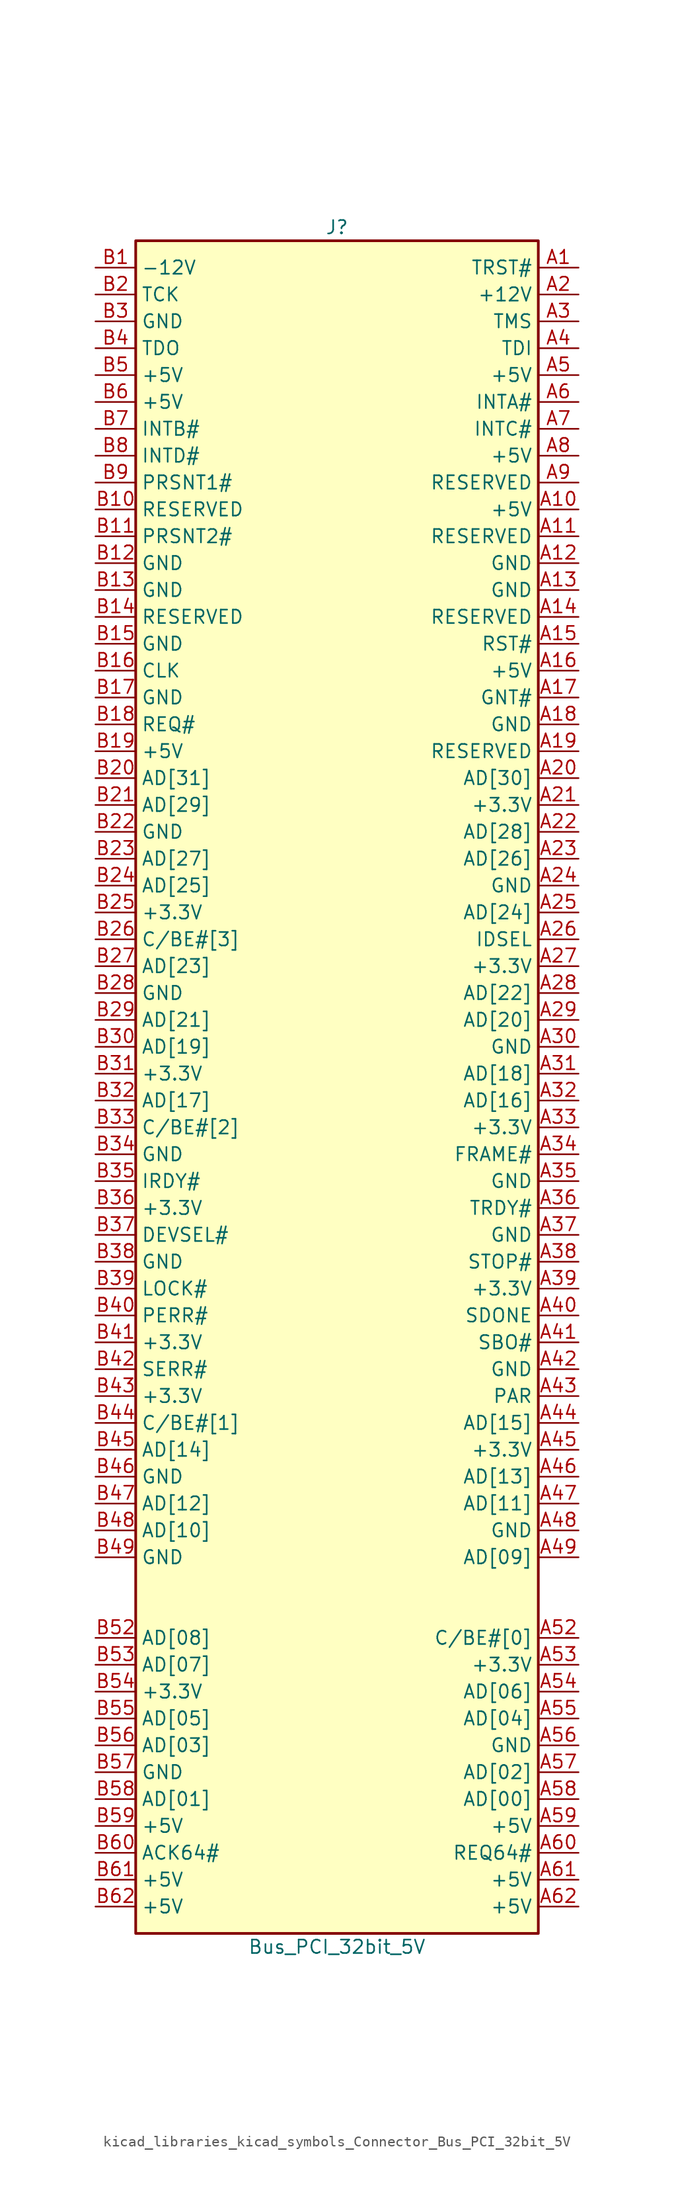
<source format=kicad_sym>
(kicad_symbol_lib
  (version 20220914)
  (generator kicad_symbol_editor)
  (symbol "kicad_libraries_kicad_symbols_Connector_Bus_PCI_32bit_5V"
    (property "Reference" "J"
      (at 0 80.01 0)
      (effects (font (size 1.27 1.27))))
    (property "Value" "Bus_PCI_32bit_5V"
      (at 0 -82.55 0)
      (effects (font (size 1.27 1.27))))
    (symbol "kicad_libraries_kicad_symbols_Connector_Bus_PCI_32bit_5V_0_1"
      (rectangle (start -19.05 -81.28) (end 19.05 78.74) (stroke (width 0.254) (type default)) (fill (type background))))
    (symbol "kicad_libraries_kicad_symbols_Connector_Bus_PCI_32bit_5V_1_1"
      (pin output line (at 22.86 76.2 180) (length 3.81) (name "TRST#" (effects (font (size 1.27 1.27)))) (number "A1" (effects (font (size 1.27 1.27)))))
      (pin power_in line (at 22.86 53.34 180) (length 3.81) (name "+5V" (effects (font (size 1.27 1.27)))) (number "A10" (effects (font (size 1.27 1.27)))))
      (pin passive line (at 22.86 50.8 180) (length 3.81) (name "RESERVED" (effects (font (size 1.27 1.27)))) (number "A11" (effects (font (size 1.27 1.27)))))
      (pin power_in line (at 22.86 48.26 180) (length 3.81) (name "GND" (effects (font (size 1.27 1.27)))) (number "A12" (effects (font (size 1.27 1.27)))))
      (pin power_in line (at 22.86 45.72 180) (length 3.81) (name "GND" (effects (font (size 1.27 1.27)))) (number "A13" (effects (font (size 1.27 1.27)))))
      (pin passive line (at 22.86 43.18 180) (length 3.81) (name "RESERVED" (effects (font (size 1.27 1.27)))) (number "A14" (effects (font (size 1.27 1.27)))))
      (pin output line (at 22.86 40.64 180) (length 3.81) (name "RST#" (effects (font (size 1.27 1.27)))) (number "A15" (effects (font (size 1.27 1.27)))))
      (pin power_in line (at 22.86 38.1 180) (length 3.81) (name "+5V" (effects (font (size 1.27 1.27)))) (number "A16" (effects (font (size 1.27 1.27)))))
      (pin bidirectional line (at 22.86 35.56 180) (length 3.81) (name "GNT#" (effects (font (size 1.27 1.27)))) (number "A17" (effects (font (size 1.27 1.27)))))
      (pin power_in line (at 22.86 33.02 180) (length 3.81) (name "GND" (effects (font (size 1.27 1.27)))) (number "A18" (effects (font (size 1.27 1.27)))))
      (pin passive line (at 22.86 30.48 180) (length 3.81) (name "RESERVED" (effects (font (size 1.27 1.27)))) (number "A19" (effects (font (size 1.27 1.27)))))
      (pin power_in line (at 22.86 73.66 180) (length 3.81) (name "+12V" (effects (font (size 1.27 1.27)))) (number "A2" (effects (font (size 1.27 1.27)))))
      (pin bidirectional line (at 22.86 27.94 180) (length 3.81) (name "AD[30]" (effects (font (size 1.27 1.27)))) (number "A20" (effects (font (size 1.27 1.27)))))
      (pin power_in line (at 22.86 25.4 180) (length 3.81) (name "+3.3V" (effects (font (size 1.27 1.27)))) (number "A21" (effects (font (size 1.27 1.27)))))
      (pin bidirectional line (at 22.86 22.86 180) (length 3.81) (name "AD[28]" (effects (font (size 1.27 1.27)))) (number "A22" (effects (font (size 1.27 1.27)))))
      (pin bidirectional line (at 22.86 20.32 180) (length 3.81) (name "AD[26]" (effects (font (size 1.27 1.27)))) (number "A23" (effects (font (size 1.27 1.27)))))
      (pin power_in line (at 22.86 17.78 180) (length 3.81) (name "GND" (effects (font (size 1.27 1.27)))) (number "A24" (effects (font (size 1.27 1.27)))))
      (pin bidirectional line (at 22.86 15.24 180) (length 3.81) (name "AD[24]" (effects (font (size 1.27 1.27)))) (number "A25" (effects (font (size 1.27 1.27)))))
      (pin output line (at 22.86 12.7 180) (length 3.81) (name "IDSEL" (effects (font (size 1.27 1.27)))) (number "A26" (effects (font (size 1.27 1.27)))))
      (pin power_in line (at 22.86 10.16 180) (length 3.81) (name "+3.3V" (effects (font (size 1.27 1.27)))) (number "A27" (effects (font (size 1.27 1.27)))))
      (pin bidirectional line (at 22.86 7.62 180) (length 3.81) (name "AD[22]" (effects (font (size 1.27 1.27)))) (number "A28" (effects (font (size 1.27 1.27)))))
      (pin bidirectional line (at 22.86 5.08 180) (length 3.81) (name "AD[20]" (effects (font (size 1.27 1.27)))) (number "A29" (effects (font (size 1.27 1.27)))))
      (pin output line (at 22.86 71.12 180) (length 3.81) (name "TMS" (effects (font (size 1.27 1.27)))) (number "A3" (effects (font (size 1.27 1.27)))))
      (pin power_in line (at 22.86 2.54 180) (length 3.81) (name "GND" (effects (font (size 1.27 1.27)))) (number "A30" (effects (font (size 1.27 1.27)))))
      (pin bidirectional line (at 22.86 0 180) (length 3.81) (name "AD[18]" (effects (font (size 1.27 1.27)))) (number "A31" (effects (font (size 1.27 1.27)))))
      (pin bidirectional line (at 22.86 -2.54 180) (length 3.81) (name "AD[16]" (effects (font (size 1.27 1.27)))) (number "A32" (effects (font (size 1.27 1.27)))))
      (pin power_in line (at 22.86 -5.08 180) (length 3.81) (name "+3.3V" (effects (font (size 1.27 1.27)))) (number "A33" (effects (font (size 1.27 1.27)))))
      (pin bidirectional line (at 22.86 -7.62 180) (length 3.81) (name "FRAME#" (effects (font (size 1.27 1.27)))) (number "A34" (effects (font (size 1.27 1.27)))))
      (pin power_in line (at 22.86 -10.16 180) (length 3.81) (name "GND" (effects (font (size 1.27 1.27)))) (number "A35" (effects (font (size 1.27 1.27)))))
      (pin bidirectional line (at 22.86 -12.7 180) (length 3.81) (name "TRDY#" (effects (font (size 1.27 1.27)))) (number "A36" (effects (font (size 1.27 1.27)))))
      (pin power_in line (at 22.86 -15.24 180) (length 3.81) (name "GND" (effects (font (size 1.27 1.27)))) (number "A37" (effects (font (size 1.27 1.27)))))
      (pin bidirectional line (at 22.86 -17.78 180) (length 3.81) (name "STOP#" (effects (font (size 1.27 1.27)))) (number "A38" (effects (font (size 1.27 1.27)))))
      (pin power_in line (at 22.86 -20.32 180) (length 3.81) (name "+3.3V" (effects (font (size 1.27 1.27)))) (number "A39" (effects (font (size 1.27 1.27)))))
      (pin output line (at 22.86 68.58 180) (length 3.81) (name "TDI" (effects (font (size 1.27 1.27)))) (number "A4" (effects (font (size 1.27 1.27)))))
      (pin bidirectional line (at 22.86 -22.86 180) (length 3.81) (name "SDONE" (effects (font (size 1.27 1.27)))) (number "A40" (effects (font (size 1.27 1.27)))))
      (pin bidirectional line (at 22.86 -25.4 180) (length 3.81) (name "SBO#" (effects (font (size 1.27 1.27)))) (number "A41" (effects (font (size 1.27 1.27)))))
      (pin power_in line (at 22.86 -27.94 180) (length 3.81) (name "GND" (effects (font (size 1.27 1.27)))) (number "A42" (effects (font (size 1.27 1.27)))))
      (pin bidirectional line (at 22.86 -30.48 180) (length 3.81) (name "PAR" (effects (font (size 1.27 1.27)))) (number "A43" (effects (font (size 1.27 1.27)))))
      (pin bidirectional line (at 22.86 -33.02 180) (length 3.81) (name "AD[15]" (effects (font (size 1.27 1.27)))) (number "A44" (effects (font (size 1.27 1.27)))))
      (pin power_in line (at 22.86 -35.56 180) (length 3.81) (name "+3.3V" (effects (font (size 1.27 1.27)))) (number "A45" (effects (font (size 1.27 1.27)))))
      (pin bidirectional line (at 22.86 -38.1 180) (length 3.81) (name "AD[13]" (effects (font (size 1.27 1.27)))) (number "A46" (effects (font (size 1.27 1.27)))))
      (pin bidirectional line (at 22.86 -40.64 180) (length 3.81) (name "AD[11]" (effects (font (size 1.27 1.27)))) (number "A47" (effects (font (size 1.27 1.27)))))
      (pin power_in line (at 22.86 -43.18 180) (length 3.81) (name "GND" (effects (font (size 1.27 1.27)))) (number "A48" (effects (font (size 1.27 1.27)))))
      (pin bidirectional line (at 22.86 -45.72 180) (length 3.81) (name "AD[09]" (effects (font (size 1.27 1.27)))) (number "A49" (effects (font (size 1.27 1.27)))))
      (pin power_in line (at 22.86 66.04 180) (length 3.81) (name "+5V" (effects (font (size 1.27 1.27)))) (number "A5" (effects (font (size 1.27 1.27)))))
      (pin bidirectional line (at 22.86 -53.34 180) (length 3.81) (name "C/BE#[0]" (effects (font (size 1.27 1.27)))) (number "A52" (effects (font (size 1.27 1.27)))))
      (pin power_in line (at 22.86 -55.88 180) (length 3.81) (name "+3.3V" (effects (font (size 1.27 1.27)))) (number "A53" (effects (font (size 1.27 1.27)))))
      (pin bidirectional line (at 22.86 -58.42 180) (length 3.81) (name "AD[06]" (effects (font (size 1.27 1.27)))) (number "A54" (effects (font (size 1.27 1.27)))))
      (pin bidirectional line (at 22.86 -60.96 180) (length 3.81) (name "AD[04]" (effects (font (size 1.27 1.27)))) (number "A55" (effects (font (size 1.27 1.27)))))
      (pin power_in line (at 22.86 -63.5 180) (length 3.81) (name "GND" (effects (font (size 1.27 1.27)))) (number "A56" (effects (font (size 1.27 1.27)))))
      (pin bidirectional line (at 22.86 -66.04 180) (length 3.81) (name "AD[02]" (effects (font (size 1.27 1.27)))) (number "A57" (effects (font (size 1.27 1.27)))))
      (pin bidirectional line (at 22.86 -68.58 180) (length 3.81) (name "AD[00]" (effects (font (size 1.27 1.27)))) (number "A58" (effects (font (size 1.27 1.27)))))
      (pin power_in line (at 22.86 -71.12 180) (length 3.81) (name "+5V" (effects (font (size 1.27 1.27)))) (number "A59" (effects (font (size 1.27 1.27)))))
      (pin input line (at 22.86 63.5 180) (length 3.81) (name "INTA#" (effects (font (size 1.27 1.27)))) (number "A6" (effects (font (size 1.27 1.27)))))
      (pin bidirectional line (at 22.86 -73.66 180) (length 3.81) (name "REQ64#" (effects (font (size 1.27 1.27)))) (number "A60" (effects (font (size 1.27 1.27)))))
      (pin power_in line (at 22.86 -76.2 180) (length 3.81) (name "+5V" (effects (font (size 1.27 1.27)))) (number "A61" (effects (font (size 1.27 1.27)))))
      (pin power_in line (at 22.86 -78.74 180) (length 3.81) (name "+5V" (effects (font (size 1.27 1.27)))) (number "A62" (effects (font (size 1.27 1.27)))))
      (pin input line (at 22.86 60.96 180) (length 3.81) (name "INTC#" (effects (font (size 1.27 1.27)))) (number "A7" (effects (font (size 1.27 1.27)))))
      (pin power_in line (at 22.86 58.42 180) (length 3.81) (name "+5V" (effects (font (size 1.27 1.27)))) (number "A8" (effects (font (size 1.27 1.27)))))
      (pin passive line (at 22.86 55.88 180) (length 3.81) (name "RESERVED" (effects (font (size 1.27 1.27)))) (number "A9" (effects (font (size 1.27 1.27)))))
      (pin power_in line (at -22.86 76.2 0) (length 3.81) (name "-12V" (effects (font (size 1.27 1.27)))) (number "B1" (effects (font (size 1.27 1.27)))))
      (pin passive line (at -22.86 53.34 0) (length 3.81) (name "RESERVED" (effects (font (size 1.27 1.27)))) (number "B10" (effects (font (size 1.27 1.27)))))
      (pin input line (at -22.86 50.8 0) (length 3.81) (name "PRSNT2#" (effects (font (size 1.27 1.27)))) (number "B11" (effects (font (size 1.27 1.27)))))
      (pin power_in line (at -22.86 48.26 0) (length 3.81) (name "GND" (effects (font (size 1.27 1.27)))) (number "B12" (effects (font (size 1.27 1.27)))))
      (pin power_in line (at -22.86 45.72 0) (length 3.81) (name "GND" (effects (font (size 1.27 1.27)))) (number "B13" (effects (font (size 1.27 1.27)))))
      (pin passive line (at -22.86 43.18 0) (length 3.81) (name "RESERVED" (effects (font (size 1.27 1.27)))) (number "B14" (effects (font (size 1.27 1.27)))))
      (pin power_in line (at -22.86 40.64 0) (length 3.81) (name "GND" (effects (font (size 1.27 1.27)))) (number "B15" (effects (font (size 1.27 1.27)))))
      (pin output line (at -22.86 38.1 0) (length 3.81) (name "CLK" (effects (font (size 1.27 1.27)))) (number "B16" (effects (font (size 1.27 1.27)))))
      (pin power_in line (at -22.86 35.56 0) (length 3.81) (name "GND" (effects (font (size 1.27 1.27)))) (number "B17" (effects (font (size 1.27 1.27)))))
      (pin bidirectional line (at -22.86 33.02 0) (length 3.81) (name "REQ#" (effects (font (size 1.27 1.27)))) (number "B18" (effects (font (size 1.27 1.27)))))
      (pin power_in line (at -22.86 30.48 0) (length 3.81) (name "+5V" (effects (font (size 1.27 1.27)))) (number "B19" (effects (font (size 1.27 1.27)))))
      (pin output line (at -22.86 73.66 0) (length 3.81) (name "TCK" (effects (font (size 1.27 1.27)))) (number "B2" (effects (font (size 1.27 1.27)))))
      (pin bidirectional line (at -22.86 27.94 0) (length 3.81) (name "AD[31]" (effects (font (size 1.27 1.27)))) (number "B20" (effects (font (size 1.27 1.27)))))
      (pin bidirectional line (at -22.86 25.4 0) (length 3.81) (name "AD[29]" (effects (font (size 1.27 1.27)))) (number "B21" (effects (font (size 1.27 1.27)))))
      (pin power_in line (at -22.86 22.86 0) (length 3.81) (name "GND" (effects (font (size 1.27 1.27)))) (number "B22" (effects (font (size 1.27 1.27)))))
      (pin bidirectional line (at -22.86 20.32 0) (length 3.81) (name "AD[27]" (effects (font (size 1.27 1.27)))) (number "B23" (effects (font (size 1.27 1.27)))))
      (pin bidirectional line (at -22.86 17.78 0) (length 3.81) (name "AD[25]" (effects (font (size 1.27 1.27)))) (number "B24" (effects (font (size 1.27 1.27)))))
      (pin power_in line (at -22.86 15.24 0) (length 3.81) (name "+3.3V" (effects (font (size 1.27 1.27)))) (number "B25" (effects (font (size 1.27 1.27)))))
      (pin bidirectional line (at -22.86 12.7 0) (length 3.81) (name "C/BE#[3]" (effects (font (size 1.27 1.27)))) (number "B26" (effects (font (size 1.27 1.27)))))
      (pin bidirectional line (at -22.86 10.16 0) (length 3.81) (name "AD[23]" (effects (font (size 1.27 1.27)))) (number "B27" (effects (font (size 1.27 1.27)))))
      (pin power_in line (at -22.86 7.62 0) (length 3.81) (name "GND" (effects (font (size 1.27 1.27)))) (number "B28" (effects (font (size 1.27 1.27)))))
      (pin bidirectional line (at -22.86 5.08 0) (length 3.81) (name "AD[21]" (effects (font (size 1.27 1.27)))) (number "B29" (effects (font (size 1.27 1.27)))))
      (pin power_in line (at -22.86 71.12 0) (length 3.81) (name "GND" (effects (font (size 1.27 1.27)))) (number "B3" (effects (font (size 1.27 1.27)))))
      (pin bidirectional line (at -22.86 2.54 0) (length 3.81) (name "AD[19]" (effects (font (size 1.27 1.27)))) (number "B30" (effects (font (size 1.27 1.27)))))
      (pin power_in line (at -22.86 0 0) (length 3.81) (name "+3.3V" (effects (font (size 1.27 1.27)))) (number "B31" (effects (font (size 1.27 1.27)))))
      (pin bidirectional line (at -22.86 -2.54 0) (length 3.81) (name "AD[17]" (effects (font (size 1.27 1.27)))) (number "B32" (effects (font (size 1.27 1.27)))))
      (pin bidirectional line (at -22.86 -5.08 0) (length 3.81) (name "C/BE#[2]" (effects (font (size 1.27 1.27)))) (number "B33" (effects (font (size 1.27 1.27)))))
      (pin power_in line (at -22.86 -7.62 0) (length 3.81) (name "GND" (effects (font (size 1.27 1.27)))) (number "B34" (effects (font (size 1.27 1.27)))))
      (pin bidirectional line (at -22.86 -10.16 0) (length 3.81) (name "IRDY#" (effects (font (size 1.27 1.27)))) (number "B35" (effects (font (size 1.27 1.27)))))
      (pin power_in line (at -22.86 -12.7 0) (length 3.81) (name "+3.3V" (effects (font (size 1.27 1.27)))) (number "B36" (effects (font (size 1.27 1.27)))))
      (pin bidirectional line (at -22.86 -15.24 0) (length 3.81) (name "DEVSEL#" (effects (font (size 1.27 1.27)))) (number "B37" (effects (font (size 1.27 1.27)))))
      (pin power_in line (at -22.86 -17.78 0) (length 3.81) (name "GND" (effects (font (size 1.27 1.27)))) (number "B38" (effects (font (size 1.27 1.27)))))
      (pin bidirectional line (at -22.86 -20.32 0) (length 3.81) (name "LOCK#" (effects (font (size 1.27 1.27)))) (number "B39" (effects (font (size 1.27 1.27)))))
      (pin input line (at -22.86 68.58 0) (length 3.81) (name "TDO" (effects (font (size 1.27 1.27)))) (number "B4" (effects (font (size 1.27 1.27)))))
      (pin bidirectional line (at -22.86 -22.86 0) (length 3.81) (name "PERR#" (effects (font (size 1.27 1.27)))) (number "B40" (effects (font (size 1.27 1.27)))))
      (pin power_in line (at -22.86 -25.4 0) (length 3.81) (name "+3.3V" (effects (font (size 1.27 1.27)))) (number "B41" (effects (font (size 1.27 1.27)))))
      (pin input line (at -22.86 -27.94 0) (length 3.81) (name "SERR#" (effects (font (size 1.27 1.27)))) (number "B42" (effects (font (size 1.27 1.27)))))
      (pin power_in line (at -22.86 -30.48 0) (length 3.81) (name "+3.3V" (effects (font (size 1.27 1.27)))) (number "B43" (effects (font (size 1.27 1.27)))))
      (pin bidirectional line (at -22.86 -33.02 0) (length 3.81) (name "C/BE#[1]" (effects (font (size 1.27 1.27)))) (number "B44" (effects (font (size 1.27 1.27)))))
      (pin bidirectional line (at -22.86 -35.56 0) (length 3.81) (name "AD[14]" (effects (font (size 1.27 1.27)))) (number "B45" (effects (font (size 1.27 1.27)))))
      (pin power_in line (at -22.86 -38.1 0) (length 3.81) (name "GND" (effects (font (size 1.27 1.27)))) (number "B46" (effects (font (size 1.27 1.27)))))
      (pin bidirectional line (at -22.86 -40.64 0) (length 3.81) (name "AD[12]" (effects (font (size 1.27 1.27)))) (number "B47" (effects (font (size 1.27 1.27)))))
      (pin bidirectional line (at -22.86 -43.18 0) (length 3.81) (name "AD[10]" (effects (font (size 1.27 1.27)))) (number "B48" (effects (font (size 1.27 1.27)))))
      (pin power_in line (at -22.86 -45.72 0) (length 3.81) (name "GND" (effects (font (size 1.27 1.27)))) (number "B49" (effects (font (size 1.27 1.27)))))
      (pin power_in line (at -22.86 66.04 0) (length 3.81) (name "+5V" (effects (font (size 1.27 1.27)))) (number "B5" (effects (font (size 1.27 1.27)))))
      (pin bidirectional line (at -22.86 -53.34 0) (length 3.81) (name "AD[08]" (effects (font (size 1.27 1.27)))) (number "B52" (effects (font (size 1.27 1.27)))))
      (pin bidirectional line (at -22.86 -55.88 0) (length 3.81) (name "AD[07]" (effects (font (size 1.27 1.27)))) (number "B53" (effects (font (size 1.27 1.27)))))
      (pin input line (at -22.86 -58.42 0) (length 3.81) (name "+3.3V" (effects (font (size 1.27 1.27)))) (number "B54" (effects (font (size 1.27 1.27)))))
      (pin bidirectional line (at -22.86 -60.96 0) (length 3.81) (name "AD[05]" (effects (font (size 1.27 1.27)))) (number "B55" (effects (font (size 1.27 1.27)))))
      (pin bidirectional line (at -22.86 -63.5 0) (length 3.81) (name "AD[03]" (effects (font (size 1.27 1.27)))) (number "B56" (effects (font (size 1.27 1.27)))))
      (pin power_in line (at -22.86 -66.04 0) (length 3.81) (name "GND" (effects (font (size 1.27 1.27)))) (number "B57" (effects (font (size 1.27 1.27)))))
      (pin bidirectional line (at -22.86 -68.58 0) (length 3.81) (name "AD[01]" (effects (font (size 1.27 1.27)))) (number "B58" (effects (font (size 1.27 1.27)))))
      (pin power_in line (at -22.86 -71.12 0) (length 3.81) (name "+5V" (effects (font (size 1.27 1.27)))) (number "B59" (effects (font (size 1.27 1.27)))))
      (pin power_in line (at -22.86 63.5 0) (length 3.81) (name "+5V" (effects (font (size 1.27 1.27)))) (number "B6" (effects (font (size 1.27 1.27)))))
      (pin bidirectional line (at -22.86 -73.66 0) (length 3.81) (name "ACK64#" (effects (font (size 1.27 1.27)))) (number "B60" (effects (font (size 1.27 1.27)))))
      (pin power_in line (at -22.86 -76.2 0) (length 3.81) (name "+5V" (effects (font (size 1.27 1.27)))) (number "B61" (effects (font (size 1.27 1.27)))))
      (pin power_in line (at -22.86 -78.74 0) (length 3.81) (name "+5V" (effects (font (size 1.27 1.27)))) (number "B62" (effects (font (size 1.27 1.27)))))
      (pin input line (at -22.86 60.96 0) (length 3.81) (name "INTB#" (effects (font (size 1.27 1.27)))) (number "B7" (effects (font (size 1.27 1.27)))))
      (pin input line (at -22.86 58.42 0) (length 3.81) (name "INTD#" (effects (font (size 1.27 1.27)))) (number "B8" (effects (font (size 1.27 1.27)))))
      (pin input line (at -22.86 55.88 0) (length 3.81) (name "PRSNT1#" (effects (font (size 1.27 1.27)))) (number "B9" (effects (font (size 1.27 1.27))))))))
</source>
